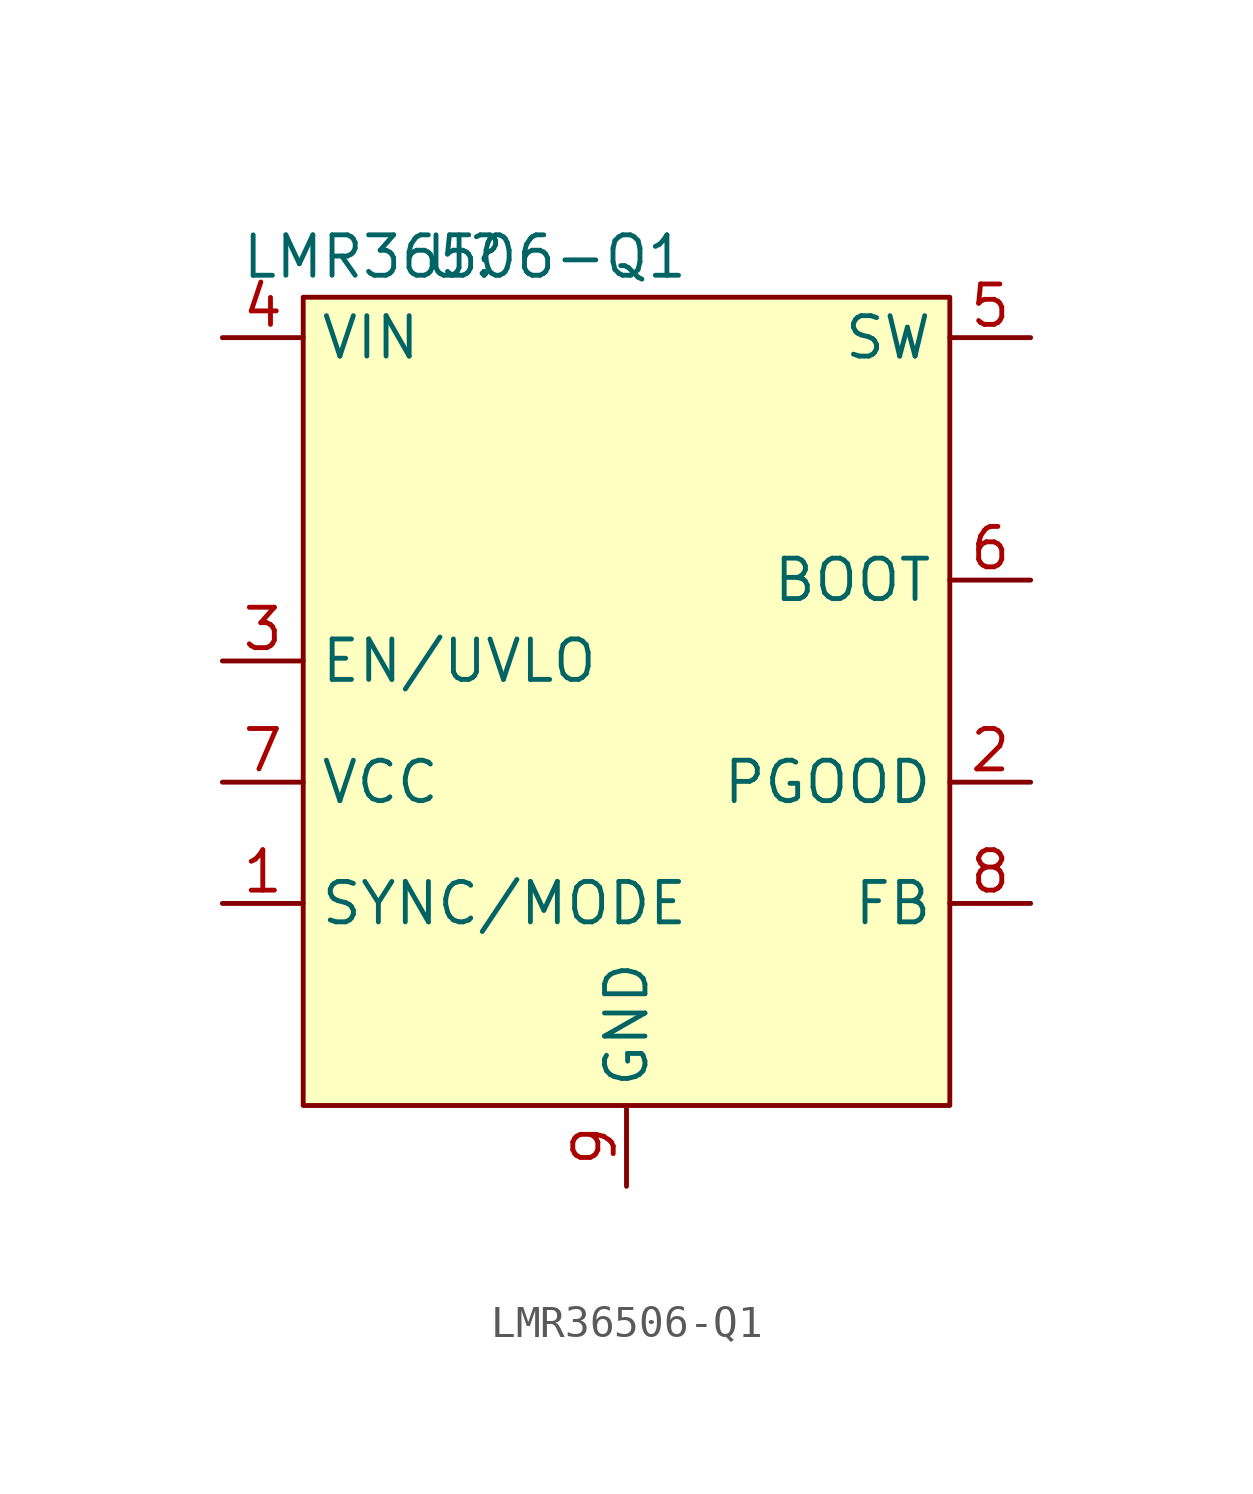
<source format=kicad_sym>
(kicad_symbol_lib
  (version 20231120)
  (generator "kicad_symbol_editor")
  (generator_version "8.0")
  (symbol "LMR36506-Q1"
    (property "Reference" "U"
      (at 0 0 0)
      (effects (font (size 1.27 1.27))))
    (property "Value" "LMR36506-Q1"
      (at 0 0 0)
      (effects (font (size 1.27 1.27))))
    (symbol "LMR36506-Q1_1_1"
      (rectangle (start -5.08 -1.27) (end 15.24 -26.67) (stroke (width 0) (type default)) (fill (type background)))
      (pin input line (at -7.62 -20.32 0) (length 2.54) (name "SYNC/MODE" (effects (font (size 1.27 1.27)))) (number "1" (effects (font (size 1.27 1.27)))))
      (pin output line (at 17.78 -16.51 180) (length 2.54) (name "PGOOD" (effects (font (size 1.27 1.27)))) (number "2" (effects (font (size 1.27 1.27)))))
      (pin input line (at -7.62 -12.7 0) (length 2.54) (name "EN/UVLO" (effects (font (size 1.27 1.27)))) (number "3" (effects (font (size 1.27 1.27)))))
      (pin power_in line (at -7.62 -2.54 0) (length 2.54) (name "VIN" (effects (font (size 1.27 1.27)))) (number "4" (effects (font (size 1.27 1.27)))))
      (pin power_out line (at 17.78 -2.54 180) (length 2.54) (name "SW" (effects (font (size 1.27 1.27)))) (number "5" (effects (font (size 1.27 1.27)))))
      (pin output line (at 17.78 -10.16 180) (length 2.54) (name "BOOT" (effects (font (size 1.27 1.27)))) (number "6" (effects (font (size 1.27 1.27)))))
      (pin output line (at -7.62 -16.51 0) (length 2.54) (name "VCC" (effects (font (size 1.27 1.27)))) (number "7" (effects (font (size 1.27 1.27)))))
      (pin input line (at 17.78 -20.32 180) (length 2.54) (name "FB" (effects (font (size 1.27 1.27)))) (number "8" (effects (font (size 1.27 1.27)))))
      (pin passive line (at 5.08 -29.21 90) (length 2.54) (name "GND" (effects (font (size 1.27 1.27)))) (number "9" (effects (font (size 1.27 1.27))))))))
</source>
